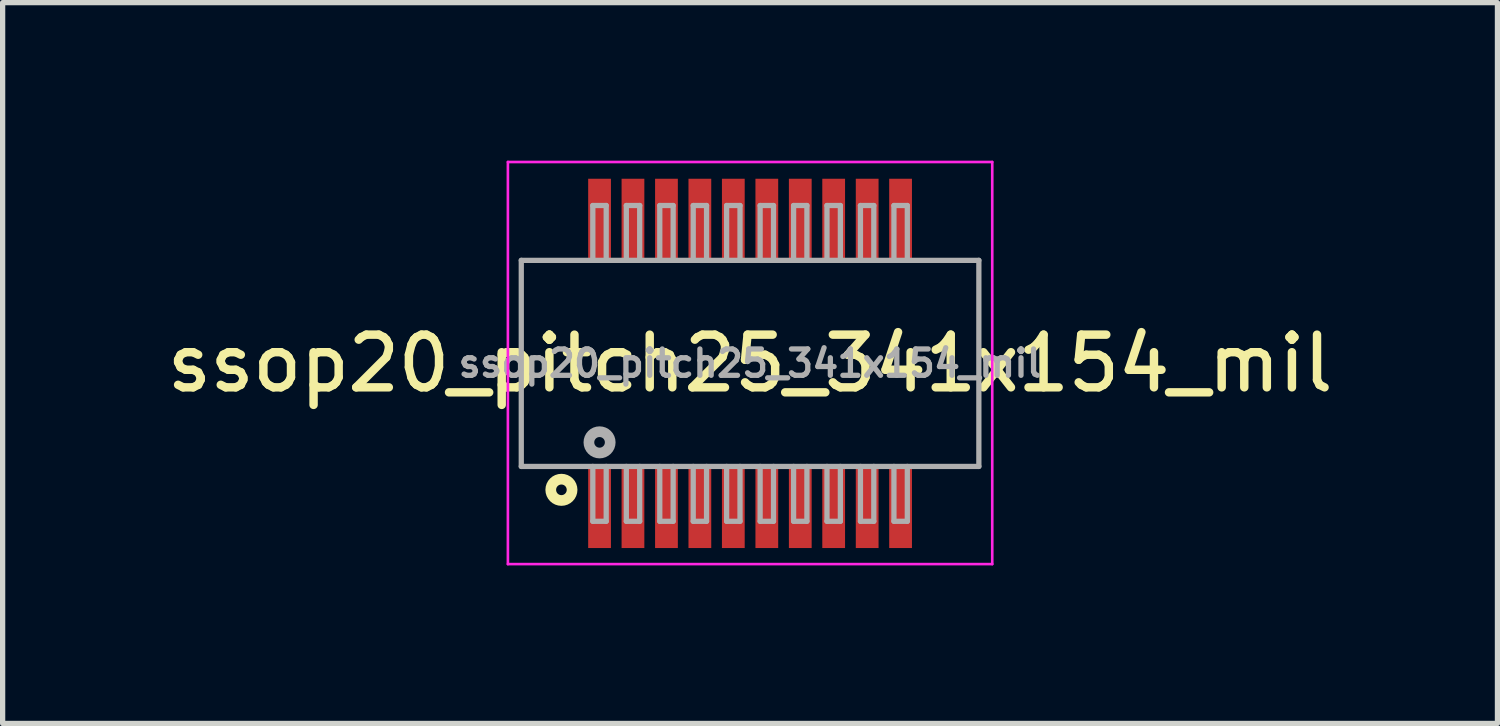
<source format=kicad_pcb>
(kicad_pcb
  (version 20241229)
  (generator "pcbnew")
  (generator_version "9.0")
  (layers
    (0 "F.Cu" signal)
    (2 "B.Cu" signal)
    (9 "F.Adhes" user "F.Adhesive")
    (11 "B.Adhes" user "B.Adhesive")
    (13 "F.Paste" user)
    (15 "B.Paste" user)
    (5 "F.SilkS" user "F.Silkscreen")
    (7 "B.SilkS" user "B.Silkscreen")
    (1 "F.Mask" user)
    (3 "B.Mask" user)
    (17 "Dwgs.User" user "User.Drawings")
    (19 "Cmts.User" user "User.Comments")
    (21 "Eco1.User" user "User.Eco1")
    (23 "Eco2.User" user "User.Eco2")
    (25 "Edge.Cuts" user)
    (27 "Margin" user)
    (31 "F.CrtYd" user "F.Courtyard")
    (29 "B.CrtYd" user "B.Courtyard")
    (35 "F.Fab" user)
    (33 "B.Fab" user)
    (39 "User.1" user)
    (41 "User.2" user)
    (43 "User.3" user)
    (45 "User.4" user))
  (footprint "ssop20_pitch25_341x154_mil"
    (layer "F.Cu")
    (at 11.188 3.848)
    (property "Reference" "ssop20_pitch25_341x154_mil" (at 0 0 0) (layer "F.SilkS") (effects (font (size 1 1) (thickness 0.16))))
    (attr smd)
    (fp_circle (center -3.581 2.4) (end -3.48 2.4) (stroke (width 0.203) (type solid)) (fill no) (layer "F.SilkS"))
    (fp_line (start -4.597 -3.823) (end 4.597 -3.823) (stroke (width 0.05) (type solid)) (layer "F.CrtYd"))
    (fp_line (start -4.597 3.81) (end -4.597 -3.823) (stroke (width 0.05) (type solid)) (layer "F.CrtYd"))
    (fp_line (start 4.597 -3.823) (end 4.597 3.81) (stroke (width 0.05) (type solid)) (layer "F.CrtYd"))
    (fp_line (start 4.597 3.81) (end -4.597 3.81) (stroke (width 0.05) (type solid)) (layer "F.CrtYd"))
    (fp_line (start -4.343 -1.956) (end 4.343 -1.956) (stroke (width 0.1) (type solid)) (layer "F.Fab"))
    (fp_line (start -4.343 1.956) (end -4.343 -1.956) (stroke (width 0.1) (type solid)) (layer "F.Fab"))
    (fp_line (start -2.985 -2.997) (end -2.985 -1.956) (stroke (width 0.1) (type solid)) (layer "F.Fab"))
    (fp_line (start -2.985 1.956) (end -2.985 2.997) (stroke (width 0.1) (type solid)) (layer "F.Fab"))
    (fp_line (start -2.985 2.997) (end -2.731 2.997) (stroke (width 0.1) (type solid)) (layer "F.Fab"))
    (fp_line (start -2.731 -2.997) (end -2.985 -2.997) (stroke (width 0.1) (type solid)) (layer "F.Fab"))
    (fp_line (start -2.731 -1.956) (end -2.731 -2.997) (stroke (width 0.1) (type solid)) (layer "F.Fab"))
    (fp_line (start -2.731 2.997) (end -2.731 1.956) (stroke (width 0.1) (type solid)) (layer "F.Fab"))
    (fp_line (start -2.349 -2.997) (end -2.349 -1.956) (stroke (width 0.1) (type solid)) (layer "F.Fab"))
    (fp_line (start -2.349 1.956) (end -2.349 2.997) (stroke (width 0.1) (type solid)) (layer "F.Fab"))
    (fp_line (start -2.349 2.997) (end -2.095 2.997) (stroke (width 0.1) (type solid)) (layer "F.Fab"))
    (fp_line (start -2.095 -2.997) (end -2.349 -2.997) (stroke (width 0.1) (type solid)) (layer "F.Fab"))
    (fp_line (start -2.095 -1.956) (end -2.095 -2.997) (stroke (width 0.1) (type solid)) (layer "F.Fab"))
    (fp_line (start -2.095 2.997) (end -2.095 1.956) (stroke (width 0.1) (type solid)) (layer "F.Fab"))
    (fp_line (start -1.714 -2.997) (end -1.714 -1.956) (stroke (width 0.1) (type solid)) (layer "F.Fab"))
    (fp_line (start -1.714 1.956) (end -1.714 2.997) (stroke (width 0.1) (type solid)) (layer "F.Fab"))
    (fp_line (start -1.714 2.997) (end -1.46 2.997) (stroke (width 0.1) (type solid)) (layer "F.Fab"))
    (fp_line (start -1.46 -2.997) (end -1.714 -2.997) (stroke (width 0.1) (type solid)) (layer "F.Fab"))
    (fp_line (start -1.46 -1.956) (end -1.46 -2.997) (stroke (width 0.1) (type solid)) (layer "F.Fab"))
    (fp_line (start -1.46 2.997) (end -1.46 1.956) (stroke (width 0.1) (type solid)) (layer "F.Fab"))
    (fp_line (start -1.079 -2.997) (end -1.079 -1.956) (stroke (width 0.1) (type solid)) (layer "F.Fab"))
    (fp_line (start -1.079 1.956) (end -1.079 2.997) (stroke (width 0.1) (type solid)) (layer "F.Fab"))
    (fp_line (start -1.079 2.997) (end -0.826 2.997) (stroke (width 0.1) (type solid)) (layer "F.Fab"))
    (fp_line (start -0.826 -2.997) (end -1.079 -2.997) (stroke (width 0.1) (type solid)) (layer "F.Fab"))
    (fp_line (start -0.826 -1.956) (end -0.826 -2.997) (stroke (width 0.1) (type solid)) (layer "F.Fab"))
    (fp_line (start -0.826 2.997) (end -0.826 1.956) (stroke (width 0.1) (type solid)) (layer "F.Fab"))
    (fp_line (start -0.445 -2.997) (end -0.445 -1.956) (stroke (width 0.1) (type solid)) (layer "F.Fab"))
    (fp_line (start -0.445 1.956) (end -0.445 2.997) (stroke (width 0.1) (type solid)) (layer "F.Fab"))
    (fp_line (start -0.445 2.997) (end -0.191 2.997) (stroke (width 0.1) (type solid)) (layer "F.Fab"))
    (fp_line (start -0.191 -2.997) (end -0.445 -2.997) (stroke (width 0.1) (type solid)) (layer "F.Fab"))
    (fp_line (start -0.191 -1.956) (end -0.191 -2.997) (stroke (width 0.1) (type solid)) (layer "F.Fab"))
    (fp_line (start -0.191 2.997) (end -0.191 1.956) (stroke (width 0.1) (type solid)) (layer "F.Fab"))
    (fp_line (start 0.191 -2.997) (end 0.191 -1.956) (stroke (width 0.1) (type solid)) (layer "F.Fab"))
    (fp_line (start 0.191 1.956) (end 0.191 2.997) (stroke (width 0.1) (type solid)) (layer "F.Fab"))
    (fp_line (start 0.191 2.997) (end 0.445 2.997) (stroke (width 0.1) (type solid)) (layer "F.Fab"))
    (fp_line (start 0.445 -2.997) (end 0.191 -2.997) (stroke (width 0.1) (type solid)) (layer "F.Fab"))
    (fp_line (start 0.445 -1.956) (end 0.445 -2.997) (stroke (width 0.1) (type solid)) (layer "F.Fab"))
    (fp_line (start 0.445 2.997) (end 0.445 1.956) (stroke (width 0.1) (type solid)) (layer "F.Fab"))
    (fp_line (start 0.826 -2.997) (end 0.826 -1.956) (stroke (width 0.1) (type solid)) (layer "F.Fab"))
    (fp_line (start 0.826 1.956) (end 0.826 2.997) (stroke (width 0.1) (type solid)) (layer "F.Fab"))
    (fp_line (start 0.826 2.997) (end 1.079 2.997) (stroke (width 0.1) (type solid)) (layer "F.Fab"))
    (fp_line (start 1.079 -2.997) (end 0.826 -2.997) (stroke (width 0.1) (type solid)) (layer "F.Fab"))
    (fp_line (start 1.079 -1.956) (end 1.079 -2.997) (stroke (width 0.1) (type solid)) (layer "F.Fab"))
    (fp_line (start 1.079 2.997) (end 1.079 1.956) (stroke (width 0.1) (type solid)) (layer "F.Fab"))
    (fp_line (start 1.46 -2.997) (end 1.46 -1.956) (stroke (width 0.1) (type solid)) (layer "F.Fab"))
    (fp_line (start 1.46 1.956) (end 1.46 2.997) (stroke (width 0.1) (type solid)) (layer "F.Fab"))
    (fp_line (start 1.46 2.997) (end 1.714 2.997) (stroke (width 0.1) (type solid)) (layer "F.Fab"))
    (fp_line (start 1.714 -2.997) (end 1.46 -2.997) (stroke (width 0.1) (type solid)) (layer "F.Fab"))
    (fp_line (start 1.714 -1.956) (end 1.714 -2.997) (stroke (width 0.1) (type solid)) (layer "F.Fab"))
    (fp_line (start 1.714 2.997) (end 1.714 1.956) (stroke (width 0.1) (type solid)) (layer "F.Fab"))
    (fp_line (start 2.095 -2.997) (end 2.095 -1.956) (stroke (width 0.1) (type solid)) (layer "F.Fab"))
    (fp_line (start 2.095 1.956) (end 2.095 2.997) (stroke (width 0.1) (type solid)) (layer "F.Fab"))
    (fp_line (start 2.095 2.997) (end 2.349 2.997) (stroke (width 0.1) (type solid)) (layer "F.Fab"))
    (fp_line (start 2.349 -2.997) (end 2.095 -2.997) (stroke (width 0.1) (type solid)) (layer "F.Fab"))
    (fp_line (start 2.349 -1.956) (end 2.349 -2.997) (stroke (width 0.1) (type solid)) (layer "F.Fab"))
    (fp_line (start 2.349 2.997) (end 2.349 1.956) (stroke (width 0.1) (type solid)) (layer "F.Fab"))
    (fp_line (start 2.731 -2.997) (end 2.731 -1.956) (stroke (width 0.1) (type solid)) (layer "F.Fab"))
    (fp_line (start 2.731 1.956) (end 2.731 2.997) (stroke (width 0.1) (type solid)) (layer "F.Fab"))
    (fp_line (start 2.731 2.997) (end 2.985 2.997) (stroke (width 0.1) (type solid)) (layer "F.Fab"))
    (fp_line (start 2.985 -2.997) (end 2.731 -2.997) (stroke (width 0.1) (type solid)) (layer "F.Fab"))
    (fp_line (start 2.985 -1.956) (end 2.985 -2.997) (stroke (width 0.1) (type solid)) (layer "F.Fab"))
    (fp_line (start 2.985 2.997) (end 2.985 1.956) (stroke (width 0.1) (type solid)) (layer "F.Fab"))
    (fp_line (start 4.343 -1.956) (end 4.343 1.956) (stroke (width 0.1) (type solid)) (layer "F.Fab"))
    (fp_line (start 4.343 1.956) (end -4.343 1.956) (stroke (width 0.1) (type solid)) (layer "F.Fab"))
    (fp_circle (center -2.857 1.499) (end -2.756 1.499) (stroke (width 0.203) (type solid)) (fill no) (layer "F.Fab"))
    (fp_text user "${REFERENCE}" (at 0 0 0) (layer "F.Fab") (effects (font (size 0.5 0.5) (thickness 0.1))))
    (pad "1" smd rect (at -2.857 2.743) (size 0.432 1.524) (layers "F.Cu" "F.Mask" "F.Paste"))
    (pad "2" smd rect (at -2.223 2.743) (size 0.432 1.524) (layers "F.Cu" "F.Mask" "F.Paste"))
    (pad "3" smd rect (at -1.587 2.743) (size 0.432 1.524) (layers "F.Cu" "F.Mask" "F.Paste"))
    (pad "4" smd rect (at -0.953 2.743) (size 0.432 1.524) (layers "F.Cu" "F.Mask" "F.Paste"))
    (pad "5" smd rect (at -0.318 2.743) (size 0.432 1.524) (layers "F.Cu" "F.Mask" "F.Paste"))
    (pad "6" smd rect (at 0.318 2.743) (size 0.432 1.524) (layers "F.Cu" "F.Mask" "F.Paste"))
    (pad "7" smd rect (at 0.953 2.743) (size 0.432 1.524) (layers "F.Cu" "F.Mask" "F.Paste"))
    (pad "8" smd rect (at 1.587 2.743) (size 0.432 1.524) (layers "F.Cu" "F.Mask" "F.Paste"))
    (pad "9" smd rect (at 2.223 2.743) (size 0.432 1.524) (layers "F.Cu" "F.Mask" "F.Paste"))
    (pad "10" smd rect (at 2.857 2.743) (size 0.432 1.524) (layers "F.Cu" "F.Mask" "F.Paste"))
    (pad "11" smd rect (at 2.857 -2.743) (size 0.432 1.524) (layers "F.Cu" "F.Mask" "F.Paste"))
    (pad "12" smd rect (at 2.223 -2.743) (size 0.432 1.524) (layers "F.Cu" "F.Mask" "F.Paste"))
    (pad "13" smd rect (at 1.587 -2.743) (size 0.432 1.524) (layers "F.Cu" "F.Mask" "F.Paste"))
    (pad "14" smd rect (at 0.953 -2.743) (size 0.432 1.524) (layers "F.Cu" "F.Mask" "F.Paste"))
    (pad "15" smd rect (at 0.318 -2.743) (size 0.432 1.524) (layers "F.Cu" "F.Mask" "F.Paste"))
    (pad "16" smd rect (at -0.318 -2.743) (size 0.432 1.524) (layers "F.Cu" "F.Mask" "F.Paste"))
    (pad "17" smd rect (at -0.953 -2.743) (size 0.432 1.524) (layers "F.Cu" "F.Mask" "F.Paste"))
    (pad "18" smd rect (at -1.587 -2.743) (size 0.432 1.524) (layers "F.Cu" "F.Mask" "F.Paste"))
    (pad "19" smd rect (at -2.223 -2.743) (size 0.432 1.524) (layers "F.Cu" "F.Mask" "F.Paste"))
    (pad "20" smd rect (at -2.857 -2.743) (size 0.432 1.524) (layers "F.Cu" "F.Mask" "F.Paste")))
  (gr_rect
    (start -3 -3)
    (end 25.375 10.683)
    (stroke (width 0.1) (type default))
    (fill no)
    (layer "Edge.Cuts")))
</source>
